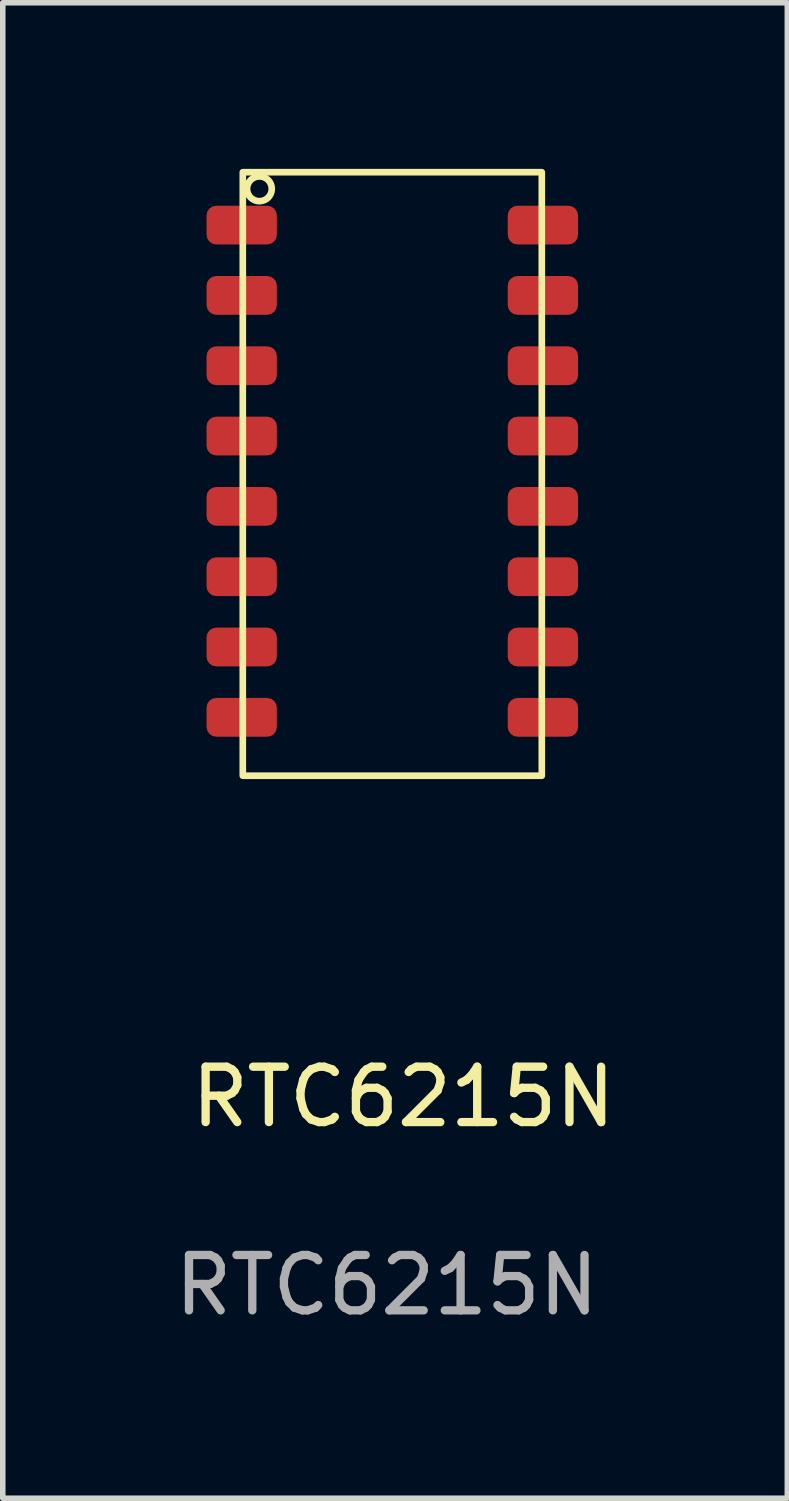
<source format=kicad_pcb>
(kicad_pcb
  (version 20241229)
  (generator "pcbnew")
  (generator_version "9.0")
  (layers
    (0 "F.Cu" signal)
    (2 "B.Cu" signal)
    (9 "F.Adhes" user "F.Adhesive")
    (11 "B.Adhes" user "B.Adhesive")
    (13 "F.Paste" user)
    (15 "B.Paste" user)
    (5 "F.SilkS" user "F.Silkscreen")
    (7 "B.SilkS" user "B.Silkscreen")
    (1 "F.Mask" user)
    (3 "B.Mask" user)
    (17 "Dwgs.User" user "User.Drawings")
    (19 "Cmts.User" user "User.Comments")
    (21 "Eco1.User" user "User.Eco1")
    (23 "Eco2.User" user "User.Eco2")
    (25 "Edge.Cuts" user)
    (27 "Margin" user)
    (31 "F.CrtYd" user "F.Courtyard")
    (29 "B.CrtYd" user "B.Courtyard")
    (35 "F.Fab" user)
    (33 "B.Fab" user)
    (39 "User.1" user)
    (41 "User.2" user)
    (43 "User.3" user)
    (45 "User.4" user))
  (footprint "RTC6215N"
    (layer "F.Cu")
    (at 4.035 5.46)
    (property "Reference" "RTC6215N" (at 0.2 11.3 0) (unlocked yes) (layer "F.SilkS") (effects (font (size 1 1) (thickness 0.15))))
    (attr smd)
    (fp_rect (start -2.7 -5.4) (end 2.7 5.5) (stroke (width 0.12) (type solid)) (fill no) (layer "F.SilkS"))
    (fp_circle (center -2.4 -5.1) (end -2.3 -4.9) (stroke (width 0.12) (type solid)) (fill no) (layer "F.SilkS"))
    (fp_text user "${REFERENCE}" (at -0.1 14.7 0) (unlocked yes) (layer "F.Fab") (effects (font (size 1 1) (thickness 0.15))))
    (pad "1" smd roundrect (at -2.72 -4.445) (size 1.27 0.7) (layers "F.Cu" "F.Mask" "F.Paste") (roundrect_rratio 0.25))
    (pad "2" smd roundrect (at -2.72 -3.175) (size 1.27 0.7) (layers "F.Cu" "F.Mask" "F.Paste") (roundrect_rratio 0.25))
    (pad "3" smd roundrect (at -2.72 -1.905) (size 1.27 0.7) (layers "F.Cu" "F.Mask" "F.Paste") (roundrect_rratio 0.25))
    (pad "4" smd roundrect (at -2.72 -0.635) (size 1.27 0.7) (layers "F.Cu" "F.Mask" "F.Paste") (roundrect_rratio 0.25))
    (pad "5" smd roundrect (at -2.72 0.635) (size 1.27 0.7) (layers "F.Cu" "F.Mask" "F.Paste") (roundrect_rratio 0.25))
    (pad "6" smd roundrect (at -2.72 1.905) (size 1.27 0.7) (layers "F.Cu" "F.Mask" "F.Paste") (roundrect_rratio 0.25))
    (pad "7" smd roundrect (at -2.72 3.175) (size 1.27 0.7) (layers "F.Cu" "F.Mask" "F.Paste") (roundrect_rratio 0.25))
    (pad "8" smd roundrect (at -2.72 4.445) (size 1.27 0.7) (layers "F.Cu" "F.Mask" "F.Paste") (roundrect_rratio 0.25))
    (pad "9" smd roundrect (at 2.72 4.445) (size 1.27 0.7) (layers "F.Cu" "F.Mask" "F.Paste") (roundrect_rratio 0.25))
    (pad "10" smd roundrect (at 2.72 3.175) (size 1.27 0.7) (layers "F.Cu" "F.Mask" "F.Paste") (roundrect_rratio 0.25))
    (pad "11" smd roundrect (at 2.72 1.905) (size 1.27 0.7) (layers "F.Cu" "F.Mask" "F.Paste") (roundrect_rratio 0.25))
    (pad "12" smd roundrect (at 2.72 0.635) (size 1.27 0.7) (layers "F.Cu" "F.Mask" "F.Paste") (roundrect_rratio 0.25))
    (pad "13" smd roundrect (at 2.72 -0.635) (size 1.27 0.7) (layers "F.Cu" "F.Mask" "F.Paste") (roundrect_rratio 0.25))
    (pad "14" smd roundrect (at 2.72 -1.905) (size 1.27 0.7) (layers "F.Cu" "F.Mask" "F.Paste") (roundrect_rratio 0.25))
    (pad "15" smd roundrect (at 2.72 -3.175) (size 1.27 0.7) (layers "F.Cu" "F.Mask" "F.Paste") (roundrect_rratio 0.25))
    (pad "16" smd roundrect (at 2.72 -4.445) (size 1.27 0.7) (layers "F.Cu" "F.Mask" "F.Paste") (roundrect_rratio 0.25)))
  (gr_rect
    (start -3 -3)
    (end 11.169 24.008)
    (stroke (width 0.1) (type default))
    (fill no)
    (layer "Edge.Cuts")))
</source>
